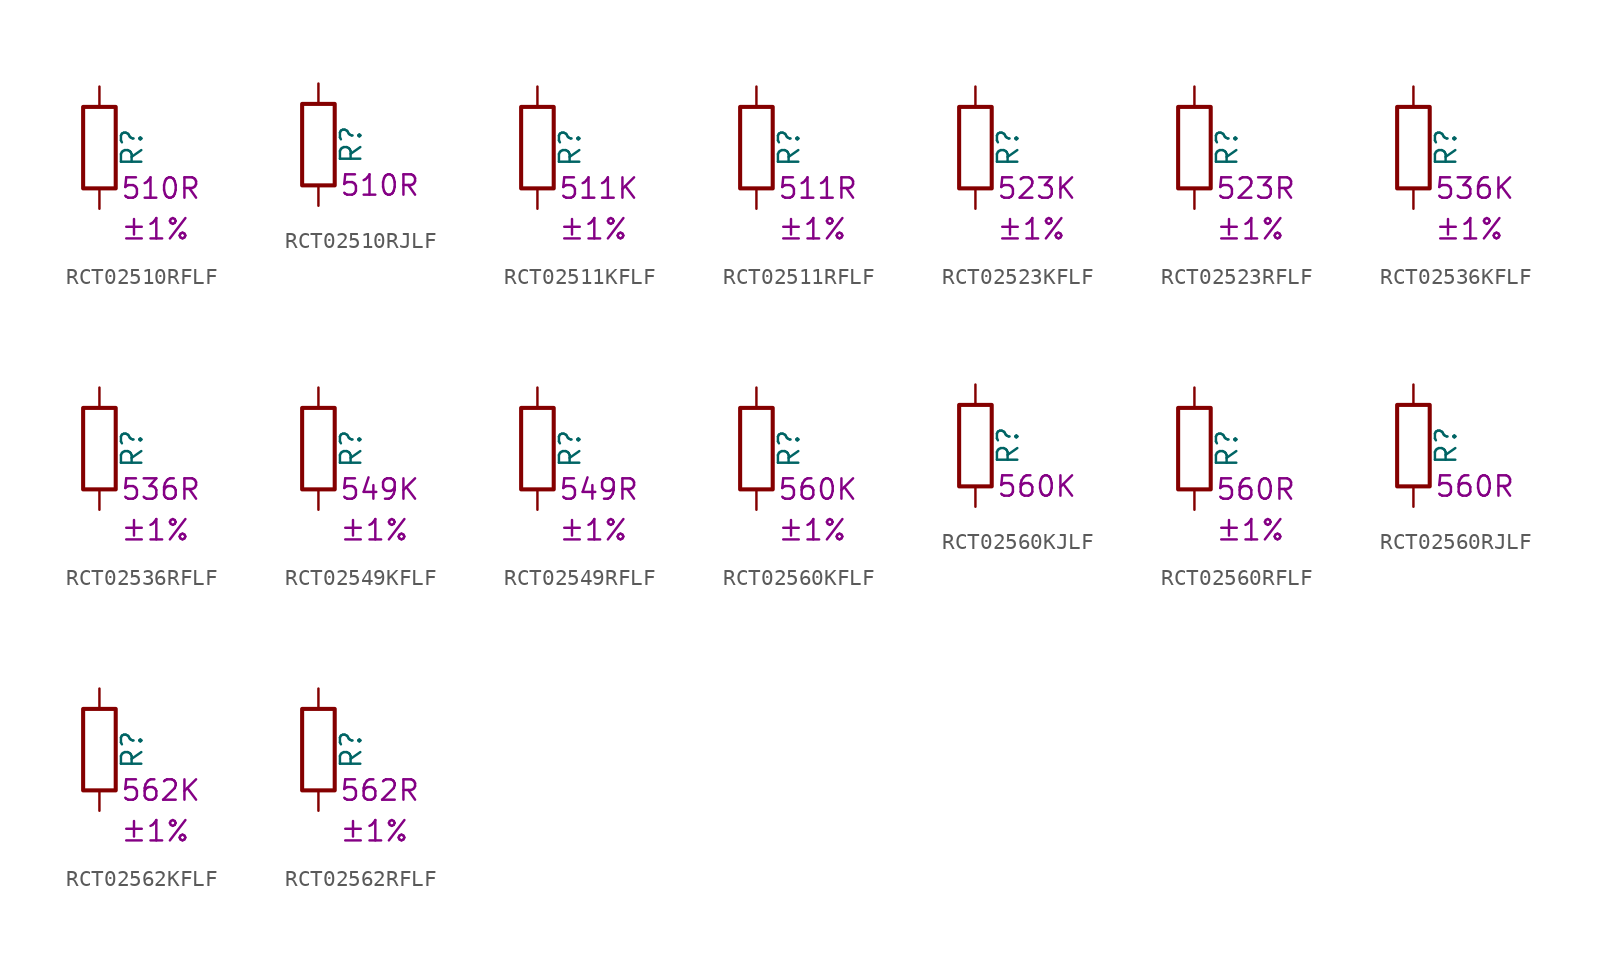
<source format=kicad_sym>
(kicad_symbol_lib
  (version 20220914)
  (generator kicad_symbol_editor)
  (symbol "RCT02510RFLF"
    (pin_numbers hide)
    (pin_names
      (offset 0))
    (property "Reference" "R"
      (at 2.032 0 90)
      (effects (font (size 1.27 1.27))))
    (property "Resistance" "510R"
      (at 1.27 -2.54 0)
      (effects (font (size 1.27 1.27)) (justify left)))
    (property "Tolerance" "±1%"
      (at 1.27 -5.08 0)
      (effects (font (size 1.27 1.27)) (justify left)))
    (symbol "RCT02510RFLF_0_1"
      (rectangle (start -1.016 -2.54) (end 1.016 2.54) (stroke (width 0.254) (type default)) (fill (type none))))
    (symbol "RCT02510RFLF_1_1"
      (pin passive line (at 0 3.81 270) (length 1.27) (name "~" (effects (font (size 1.27 1.27)))) (number "1" (effects (font (size 1.27 1.27)))))
      (pin passive line (at 0 -3.81 90) (length 1.27) (name "~" (effects (font (size 1.27 1.27)))) (number "2" (effects (font (size 1.27 1.27)))))))
  (symbol "RCT02510RJLF"
    (pin_numbers hide)
    (pin_names
      (offset 0))
    (property "Reference" "R"
      (at 2.032 0 90)
      (effects (font (size 1.27 1.27))))
    (property "Resistance" "510R"
      (at 1.27 -2.54 0)
      (effects (font (size 1.27 1.27)) (justify left)))
    (symbol "RCT02510RJLF_0_1"
      (rectangle (start -1.016 -2.54) (end 1.016 2.54) (stroke (width 0.254) (type default)) (fill (type none))))
    (symbol "RCT02510RJLF_1_1"
      (pin passive line (at 0 3.81 270) (length 1.27) (name "~" (effects (font (size 1.27 1.27)))) (number "1" (effects (font (size 1.27 1.27)))))
      (pin passive line (at 0 -3.81 90) (length 1.27) (name "~" (effects (font (size 1.27 1.27)))) (number "2" (effects (font (size 1.27 1.27)))))))
  (symbol "RCT02511KFLF"
    (pin_numbers hide)
    (pin_names
      (offset 0))
    (property "Reference" "R"
      (at 2.032 0 90)
      (effects (font (size 1.27 1.27))))
    (property "Resistance" "511K"
      (at 1.27 -2.54 0)
      (effects (font (size 1.27 1.27)) (justify left)))
    (property "Tolerance" "±1%"
      (at 1.27 -5.08 0)
      (effects (font (size 1.27 1.27)) (justify left)))
    (symbol "RCT02511KFLF_0_1"
      (rectangle (start -1.016 -2.54) (end 1.016 2.54) (stroke (width 0.254) (type default)) (fill (type none))))
    (symbol "RCT02511KFLF_1_1"
      (pin passive line (at 0 3.81 270) (length 1.27) (name "~" (effects (font (size 1.27 1.27)))) (number "1" (effects (font (size 1.27 1.27)))))
      (pin passive line (at 0 -3.81 90) (length 1.27) (name "~" (effects (font (size 1.27 1.27)))) (number "2" (effects (font (size 1.27 1.27)))))))
  (symbol "RCT02511RFLF"
    (pin_numbers hide)
    (pin_names
      (offset 0))
    (property "Reference" "R"
      (at 2.032 0 90)
      (effects (font (size 1.27 1.27))))
    (property "Resistance" "511R"
      (at 1.27 -2.54 0)
      (effects (font (size 1.27 1.27)) (justify left)))
    (property "Tolerance" "±1%"
      (at 1.27 -5.08 0)
      (effects (font (size 1.27 1.27)) (justify left)))
    (symbol "RCT02511RFLF_0_1"
      (rectangle (start -1.016 -2.54) (end 1.016 2.54) (stroke (width 0.254) (type default)) (fill (type none))))
    (symbol "RCT02511RFLF_1_1"
      (pin passive line (at 0 3.81 270) (length 1.27) (name "~" (effects (font (size 1.27 1.27)))) (number "1" (effects (font (size 1.27 1.27)))))
      (pin passive line (at 0 -3.81 90) (length 1.27) (name "~" (effects (font (size 1.27 1.27)))) (number "2" (effects (font (size 1.27 1.27)))))))
  (symbol "RCT02523KFLF"
    (pin_numbers hide)
    (pin_names
      (offset 0))
    (property "Reference" "R"
      (at 2.032 0 90)
      (effects (font (size 1.27 1.27))))
    (property "Resistance" "523K"
      (at 1.27 -2.54 0)
      (effects (font (size 1.27 1.27)) (justify left)))
    (property "Tolerance" "±1%"
      (at 1.27 -5.08 0)
      (effects (font (size 1.27 1.27)) (justify left)))
    (symbol "RCT02523KFLF_0_1"
      (rectangle (start -1.016 -2.54) (end 1.016 2.54) (stroke (width 0.254) (type default)) (fill (type none))))
    (symbol "RCT02523KFLF_1_1"
      (pin passive line (at 0 3.81 270) (length 1.27) (name "~" (effects (font (size 1.27 1.27)))) (number "1" (effects (font (size 1.27 1.27)))))
      (pin passive line (at 0 -3.81 90) (length 1.27) (name "~" (effects (font (size 1.27 1.27)))) (number "2" (effects (font (size 1.27 1.27)))))))
  (symbol "RCT02523RFLF"
    (pin_numbers hide)
    (pin_names
      (offset 0))
    (property "Reference" "R"
      (at 2.032 0 90)
      (effects (font (size 1.27 1.27))))
    (property "Resistance" "523R"
      (at 1.27 -2.54 0)
      (effects (font (size 1.27 1.27)) (justify left)))
    (property "Tolerance" "±1%"
      (at 1.27 -5.08 0)
      (effects (font (size 1.27 1.27)) (justify left)))
    (symbol "RCT02523RFLF_0_1"
      (rectangle (start -1.016 -2.54) (end 1.016 2.54) (stroke (width 0.254) (type default)) (fill (type none))))
    (symbol "RCT02523RFLF_1_1"
      (pin passive line (at 0 3.81 270) (length 1.27) (name "~" (effects (font (size 1.27 1.27)))) (number "1" (effects (font (size 1.27 1.27)))))
      (pin passive line (at 0 -3.81 90) (length 1.27) (name "~" (effects (font (size 1.27 1.27)))) (number "2" (effects (font (size 1.27 1.27)))))))
  (symbol "RCT02536KFLF"
    (pin_numbers hide)
    (pin_names
      (offset 0))
    (property "Reference" "R"
      (at 2.032 0 90)
      (effects (font (size 1.27 1.27))))
    (property "Resistance" "536K"
      (at 1.27 -2.54 0)
      (effects (font (size 1.27 1.27)) (justify left)))
    (property "Tolerance" "±1%"
      (at 1.27 -5.08 0)
      (effects (font (size 1.27 1.27)) (justify left)))
    (symbol "RCT02536KFLF_0_1"
      (rectangle (start -1.016 -2.54) (end 1.016 2.54) (stroke (width 0.254) (type default)) (fill (type none))))
    (symbol "RCT02536KFLF_1_1"
      (pin passive line (at 0 3.81 270) (length 1.27) (name "~" (effects (font (size 1.27 1.27)))) (number "1" (effects (font (size 1.27 1.27)))))
      (pin passive line (at 0 -3.81 90) (length 1.27) (name "~" (effects (font (size 1.27 1.27)))) (number "2" (effects (font (size 1.27 1.27)))))))
  (symbol "RCT02536RFLF"
    (pin_numbers hide)
    (pin_names
      (offset 0))
    (property "Reference" "R"
      (at 2.032 0 90)
      (effects (font (size 1.27 1.27))))
    (property "Resistance" "536R"
      (at 1.27 -2.54 0)
      (effects (font (size 1.27 1.27)) (justify left)))
    (property "Tolerance" "±1%"
      (at 1.27 -5.08 0)
      (effects (font (size 1.27 1.27)) (justify left)))
    (symbol "RCT02536RFLF_0_1"
      (rectangle (start -1.016 -2.54) (end 1.016 2.54) (stroke (width 0.254) (type default)) (fill (type none))))
    (symbol "RCT02536RFLF_1_1"
      (pin passive line (at 0 3.81 270) (length 1.27) (name "~" (effects (font (size 1.27 1.27)))) (number "1" (effects (font (size 1.27 1.27)))))
      (pin passive line (at 0 -3.81 90) (length 1.27) (name "~" (effects (font (size 1.27 1.27)))) (number "2" (effects (font (size 1.27 1.27)))))))
  (symbol "RCT02549KFLF"
    (pin_numbers hide)
    (pin_names
      (offset 0))
    (property "Reference" "R"
      (at 2.032 0 90)
      (effects (font (size 1.27 1.27))))
    (property "Resistance" "549K"
      (at 1.27 -2.54 0)
      (effects (font (size 1.27 1.27)) (justify left)))
    (property "Tolerance" "±1%"
      (at 1.27 -5.08 0)
      (effects (font (size 1.27 1.27)) (justify left)))
    (symbol "RCT02549KFLF_0_1"
      (rectangle (start -1.016 -2.54) (end 1.016 2.54) (stroke (width 0.254) (type default)) (fill (type none))))
    (symbol "RCT02549KFLF_1_1"
      (pin passive line (at 0 3.81 270) (length 1.27) (name "~" (effects (font (size 1.27 1.27)))) (number "1" (effects (font (size 1.27 1.27)))))
      (pin passive line (at 0 -3.81 90) (length 1.27) (name "~" (effects (font (size 1.27 1.27)))) (number "2" (effects (font (size 1.27 1.27)))))))
  (symbol "RCT02549RFLF"
    (pin_numbers hide)
    (pin_names
      (offset 0))
    (property "Reference" "R"
      (at 2.032 0 90)
      (effects (font (size 1.27 1.27))))
    (property "Resistance" "549R"
      (at 1.27 -2.54 0)
      (effects (font (size 1.27 1.27)) (justify left)))
    (property "Tolerance" "±1%"
      (at 1.27 -5.08 0)
      (effects (font (size 1.27 1.27)) (justify left)))
    (symbol "RCT02549RFLF_0_1"
      (rectangle (start -1.016 -2.54) (end 1.016 2.54) (stroke (width 0.254) (type default)) (fill (type none))))
    (symbol "RCT02549RFLF_1_1"
      (pin passive line (at 0 3.81 270) (length 1.27) (name "~" (effects (font (size 1.27 1.27)))) (number "1" (effects (font (size 1.27 1.27)))))
      (pin passive line (at 0 -3.81 90) (length 1.27) (name "~" (effects (font (size 1.27 1.27)))) (number "2" (effects (font (size 1.27 1.27)))))))
  (symbol "RCT02560KFLF"
    (pin_numbers hide)
    (pin_names
      (offset 0))
    (property "Reference" "R"
      (at 2.032 0 90)
      (effects (font (size 1.27 1.27))))
    (property "Resistance" "560K"
      (at 1.27 -2.54 0)
      (effects (font (size 1.27 1.27)) (justify left)))
    (property "Tolerance" "±1%"
      (at 1.27 -5.08 0)
      (effects (font (size 1.27 1.27)) (justify left)))
    (symbol "RCT02560KFLF_0_1"
      (rectangle (start -1.016 -2.54) (end 1.016 2.54) (stroke (width 0.254) (type default)) (fill (type none))))
    (symbol "RCT02560KFLF_1_1"
      (pin passive line (at 0 3.81 270) (length 1.27) (name "~" (effects (font (size 1.27 1.27)))) (number "1" (effects (font (size 1.27 1.27)))))
      (pin passive line (at 0 -3.81 90) (length 1.27) (name "~" (effects (font (size 1.27 1.27)))) (number "2" (effects (font (size 1.27 1.27)))))))
  (symbol "RCT02560KJLF"
    (pin_numbers hide)
    (pin_names
      (offset 0))
    (property "Reference" "R"
      (at 2.032 0 90)
      (effects (font (size 1.27 1.27))))
    (property "Resistance" "560K"
      (at 1.27 -2.54 0)
      (effects (font (size 1.27 1.27)) (justify left)))
    (symbol "RCT02560KJLF_0_1"
      (rectangle (start -1.016 -2.54) (end 1.016 2.54) (stroke (width 0.254) (type default)) (fill (type none))))
    (symbol "RCT02560KJLF_1_1"
      (pin passive line (at 0 3.81 270) (length 1.27) (name "~" (effects (font (size 1.27 1.27)))) (number "1" (effects (font (size 1.27 1.27)))))
      (pin passive line (at 0 -3.81 90) (length 1.27) (name "~" (effects (font (size 1.27 1.27)))) (number "2" (effects (font (size 1.27 1.27)))))))
  (symbol "RCT02560RFLF"
    (pin_numbers hide)
    (pin_names
      (offset 0))
    (property "Reference" "R"
      (at 2.032 0 90)
      (effects (font (size 1.27 1.27))))
    (property "Resistance" "560R"
      (at 1.27 -2.54 0)
      (effects (font (size 1.27 1.27)) (justify left)))
    (property "Tolerance" "±1%"
      (at 1.27 -5.08 0)
      (effects (font (size 1.27 1.27)) (justify left)))
    (symbol "RCT02560RFLF_0_1"
      (rectangle (start -1.016 -2.54) (end 1.016 2.54) (stroke (width 0.254) (type default)) (fill (type none))))
    (symbol "RCT02560RFLF_1_1"
      (pin passive line (at 0 3.81 270) (length 1.27) (name "~" (effects (font (size 1.27 1.27)))) (number "1" (effects (font (size 1.27 1.27)))))
      (pin passive line (at 0 -3.81 90) (length 1.27) (name "~" (effects (font (size 1.27 1.27)))) (number "2" (effects (font (size 1.27 1.27)))))))
  (symbol "RCT02560RJLF"
    (pin_numbers hide)
    (pin_names
      (offset 0))
    (property "Reference" "R"
      (at 2.032 0 90)
      (effects (font (size 1.27 1.27))))
    (property "Resistance" "560R"
      (at 1.27 -2.54 0)
      (effects (font (size 1.27 1.27)) (justify left)))
    (symbol "RCT02560RJLF_0_1"
      (rectangle (start -1.016 -2.54) (end 1.016 2.54) (stroke (width 0.254) (type default)) (fill (type none))))
    (symbol "RCT02560RJLF_1_1"
      (pin passive line (at 0 3.81 270) (length 1.27) (name "~" (effects (font (size 1.27 1.27)))) (number "1" (effects (font (size 1.27 1.27)))))
      (pin passive line (at 0 -3.81 90) (length 1.27) (name "~" (effects (font (size 1.27 1.27)))) (number "2" (effects (font (size 1.27 1.27)))))))
  (symbol "RCT02562KFLF"
    (pin_numbers hide)
    (pin_names
      (offset 0))
    (property "Reference" "R"
      (at 2.032 0 90)
      (effects (font (size 1.27 1.27))))
    (property "Resistance" "562K"
      (at 1.27 -2.54 0)
      (effects (font (size 1.27 1.27)) (justify left)))
    (property "Tolerance" "±1%"
      (at 1.27 -5.08 0)
      (effects (font (size 1.27 1.27)) (justify left)))
    (symbol "RCT02562KFLF_0_1"
      (rectangle (start -1.016 -2.54) (end 1.016 2.54) (stroke (width 0.254) (type default)) (fill (type none))))
    (symbol "RCT02562KFLF_1_1"
      (pin passive line (at 0 3.81 270) (length 1.27) (name "~" (effects (font (size 1.27 1.27)))) (number "1" (effects (font (size 1.27 1.27)))))
      (pin passive line (at 0 -3.81 90) (length 1.27) (name "~" (effects (font (size 1.27 1.27)))) (number "2" (effects (font (size 1.27 1.27)))))))
  (symbol "RCT02562RFLF"
    (pin_numbers hide)
    (pin_names
      (offset 0))
    (property "Reference" "R"
      (at 2.032 0 90)
      (effects (font (size 1.27 1.27))))
    (property "Resistance" "562R"
      (at 1.27 -2.54 0)
      (effects (font (size 1.27 1.27)) (justify left)))
    (property "Tolerance" "±1%"
      (at 1.27 -5.08 0)
      (effects (font (size 1.27 1.27)) (justify left)))
    (symbol "RCT02562RFLF_0_1"
      (rectangle (start -1.016 -2.54) (end 1.016 2.54) (stroke (width 0.254) (type default)) (fill (type none))))
    (symbol "RCT02562RFLF_1_1"
      (pin passive line (at 0 3.81 270) (length 1.27) (name "~" (effects (font (size 1.27 1.27)))) (number "1" (effects (font (size 1.27 1.27)))))
      (pin passive line (at 0 -3.81 90) (length 1.27) (name "~" (effects (font (size 1.27 1.27)))) (number "2" (effects (font (size 1.27 1.27))))))))
</source>
